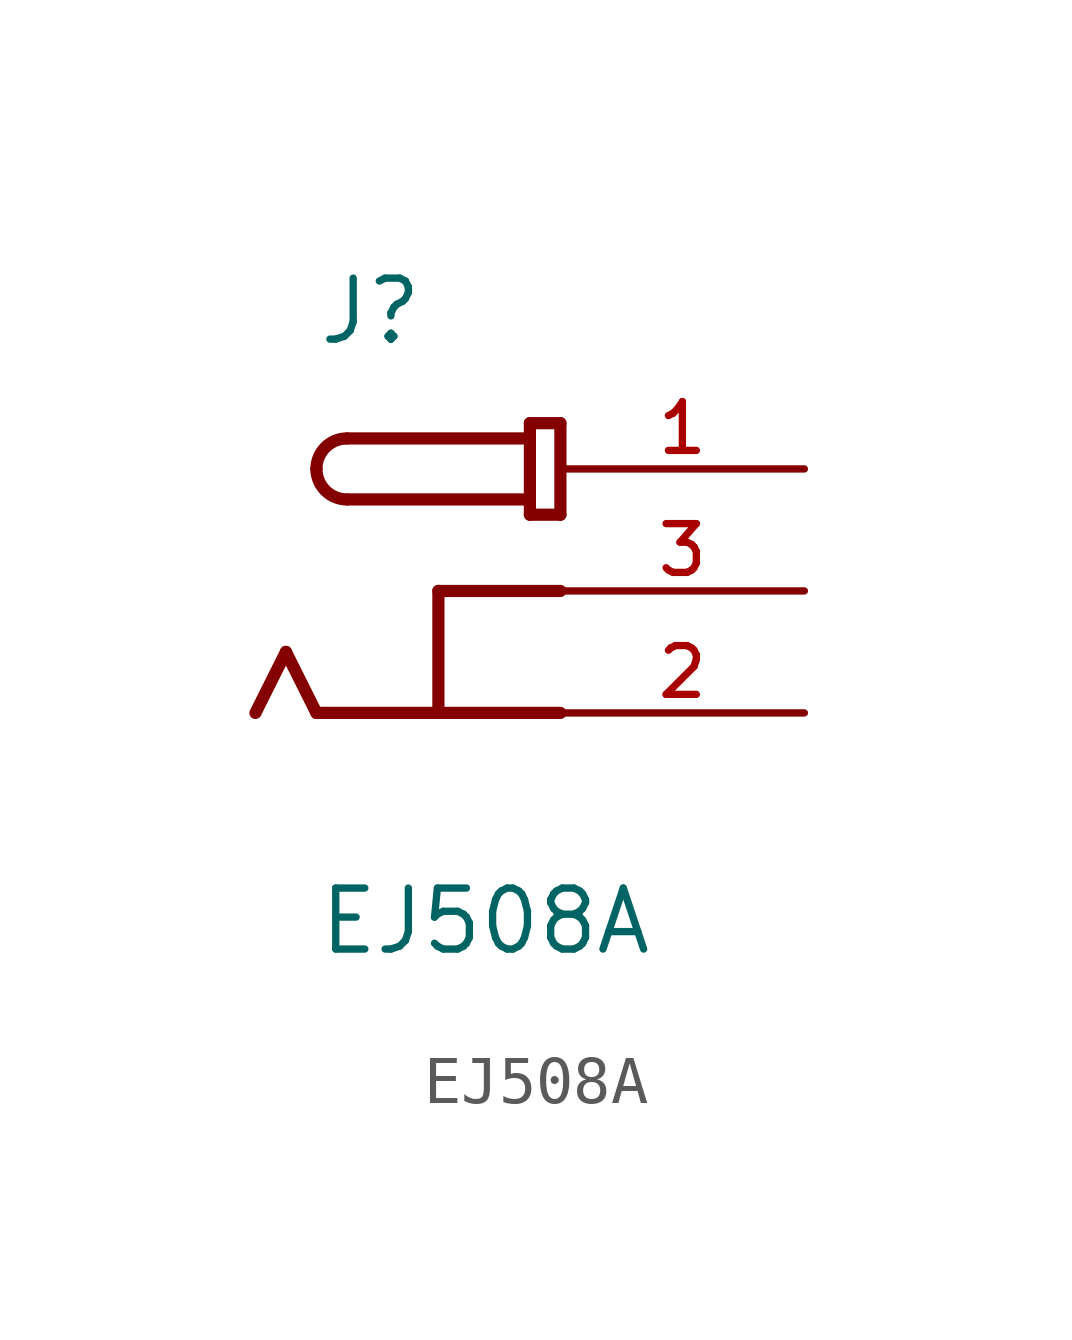
<source format=kicad_sym>
(kicad_symbol_lib
  (version 20231120)
  (generator "kicad_symbol_editor")
  (generator_version "8.0")
  (symbol "EJ508A"
    (pin_names
      (offset 1.016))
    (property "Reference" "J"
      (at -5.08 5.08 0)
      (effects (font (size 1.27 1.27)) (justify left bottom)))
    (property "Value" "EJ508A"
      (at -5.08 -7.62 0)
      (effects (font (size 1.27 1.27)) (justify left bottom)))
    (symbol "EJ508A_0_0"
      (arc (start -5.08 2.54) (mid -4.894 2.091) (end -4.445 1.905) (stroke (width 0.254) (type default)) (fill (type none)))
      (arc (start -4.445 3.175) (mid -4.894 2.989) (end -5.08 2.54) (stroke (width 0.254) (type default)) (fill (type none)))
      (polyline (pts (xy -5.715 -1.27) (xy -6.35 -2.54)) (stroke (width 0.254) (type default)) (fill (type none)))
      (polyline (pts (xy -5.08 -2.54) (xy -5.715 -1.27)) (stroke (width 0.254) (type default)) (fill (type none)))
      (polyline (pts (xy -4.445 1.905) (xy -0.635 1.905)) (stroke (width 0.254) (type default)) (fill (type none)))
      (polyline (pts (xy -2.54 -2.54) (xy -5.08 -2.54)) (stroke (width 0.254) (type default)) (fill (type none)))
      (polyline (pts (xy -2.54 0) (xy -2.54 -2.54)) (stroke (width 0.254) (type default)) (fill (type none)))
      (polyline (pts (xy -0.635 1.587) (xy -0.635 1.905)) (stroke (width 0.254) (type default)) (fill (type none)))
      (polyline (pts (xy -0.635 1.905) (xy -0.635 3.175)) (stroke (width 0.254) (type default)) (fill (type none)))
      (polyline (pts (xy -0.635 3.175) (xy -4.445 3.175)) (stroke (width 0.254) (type default)) (fill (type none)))
      (polyline (pts (xy -0.635 3.175) (xy -0.635 3.493)) (stroke (width 0.254) (type default)) (fill (type none)))
      (polyline (pts (xy -0.635 3.493) (xy 0 3.493)) (stroke (width 0.254) (type default)) (fill (type none)))
      (polyline (pts (xy 0 -2.54) (xy -2.54 -2.54)) (stroke (width 0.254) (type default)) (fill (type none)))
      (polyline (pts (xy 0 0) (xy -2.54 0)) (stroke (width 0.254) (type default)) (fill (type none)))
      (polyline (pts (xy 0 1.587) (xy -0.635 1.587)) (stroke (width 0.254) (type default)) (fill (type none)))
      (polyline (pts (xy 0 3.493) (xy 0 1.587)) (stroke (width 0.254) (type default)) (fill (type none)))
      (pin passive line (at 5.08 2.54 180) (length 5.08) (name "~" (effects (font (size 1.016 1.016)))) (number "1" (effects (font (size 1.016 1.016)))))
      (pin passive line (at 5.08 -2.54 180) (length 5.08) (name "~" (effects (font (size 1.016 1.016)))) (number "2" (effects (font (size 1.016 1.016)))))
      (pin passive line (at 5.08 0 180) (length 5.08) (name "~" (effects (font (size 1.016 1.016)))) (number "3" (effects (font (size 1.016 1.016))))))))
</source>
